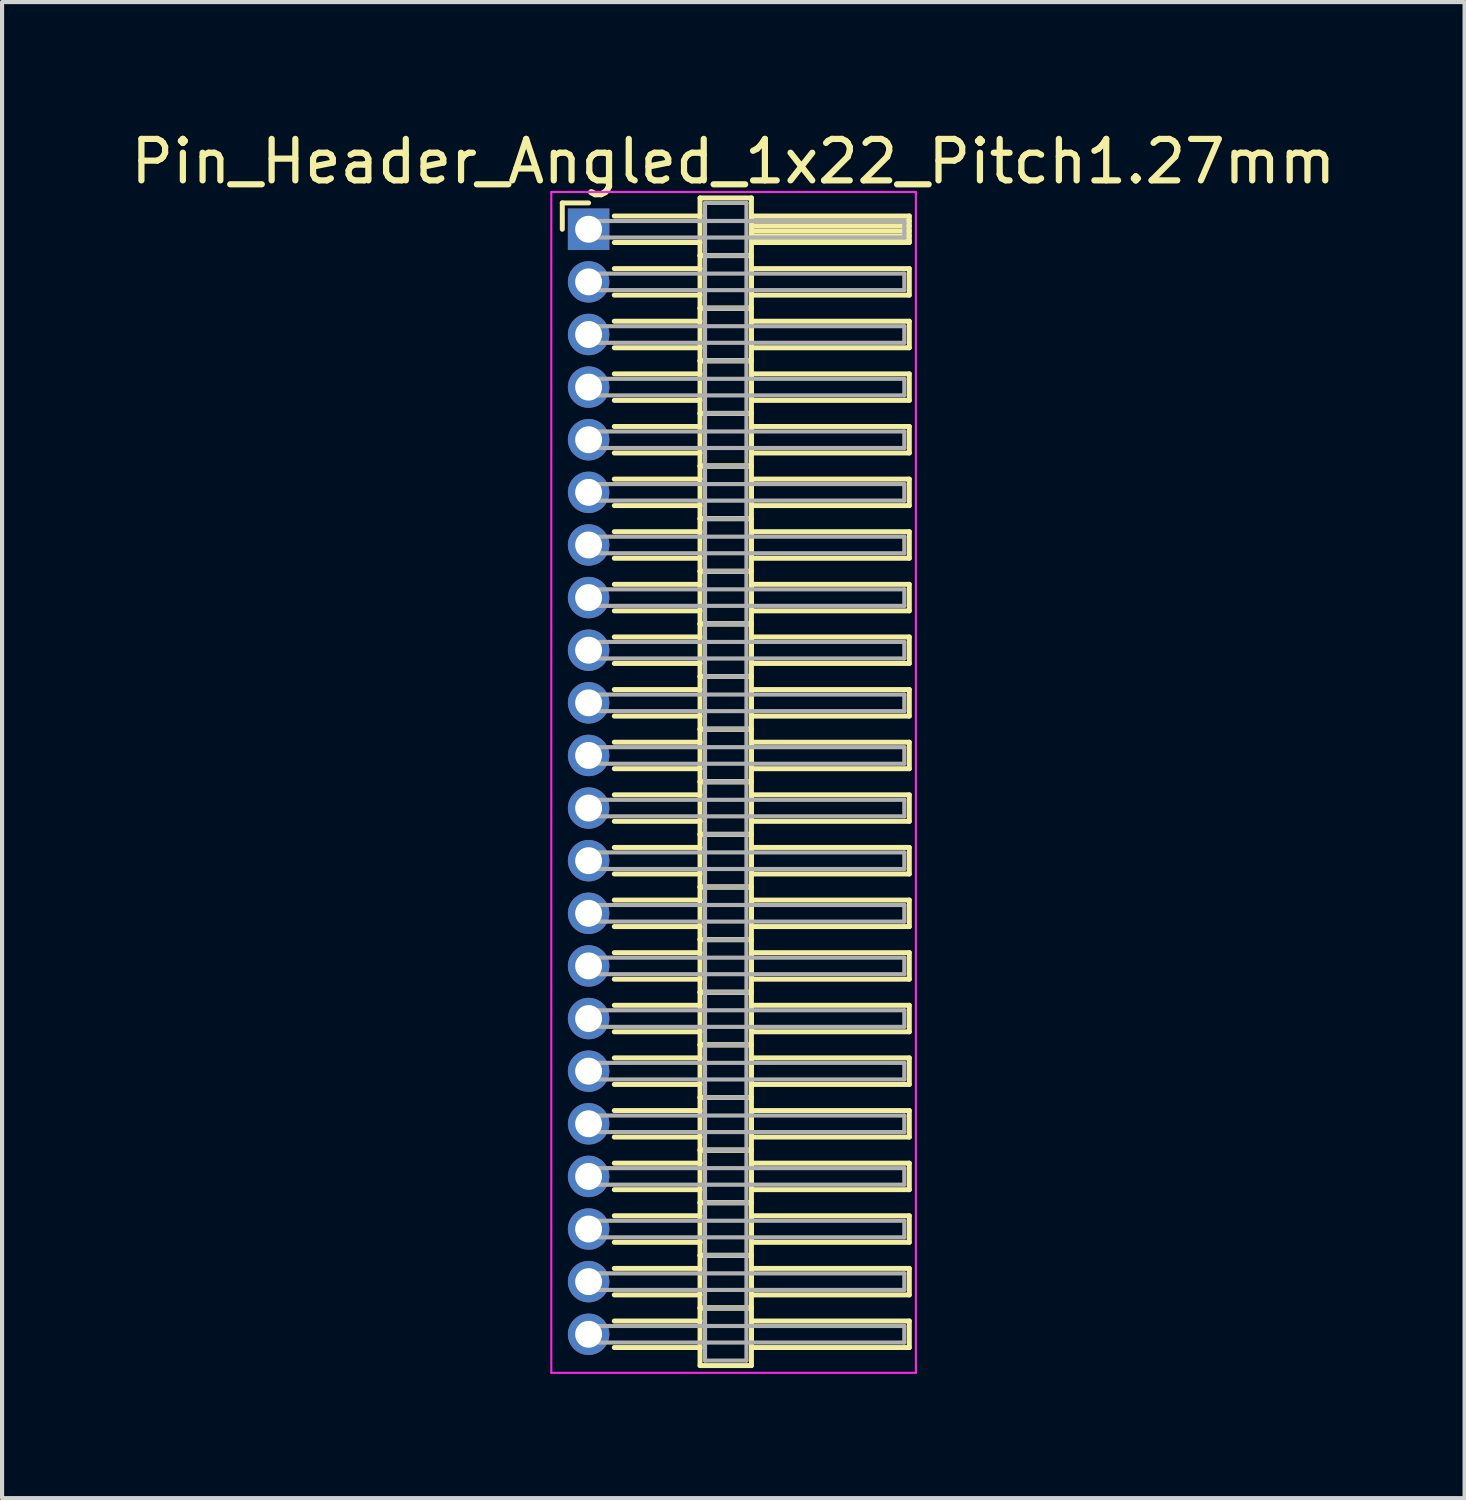
<source format=kicad_pcb>
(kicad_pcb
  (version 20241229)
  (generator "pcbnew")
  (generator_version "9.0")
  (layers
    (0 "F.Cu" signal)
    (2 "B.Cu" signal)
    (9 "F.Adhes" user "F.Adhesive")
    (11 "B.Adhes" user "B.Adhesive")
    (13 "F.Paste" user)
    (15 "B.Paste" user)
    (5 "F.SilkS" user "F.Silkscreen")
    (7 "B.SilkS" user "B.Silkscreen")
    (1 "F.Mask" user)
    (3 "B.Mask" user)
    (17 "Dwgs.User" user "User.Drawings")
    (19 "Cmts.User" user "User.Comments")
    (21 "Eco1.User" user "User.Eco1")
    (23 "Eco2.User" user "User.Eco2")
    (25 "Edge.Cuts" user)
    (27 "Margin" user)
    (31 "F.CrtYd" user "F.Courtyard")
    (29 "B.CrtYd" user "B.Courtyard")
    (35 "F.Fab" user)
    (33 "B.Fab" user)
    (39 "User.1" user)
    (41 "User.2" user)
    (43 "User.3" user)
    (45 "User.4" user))
  (footprint "Pin_Header_Angled_1x22_Pitch1.27mm"
    (layer "F.Cu")
    (at 11.156 2.483)
    (property "Reference" "Pin_Header_Angled_1x22_Pitch1.27mm" (at 3.493 -1.635 0) (layer "F.SilkS") (effects (font (size 1 1) (thickness 0.15))))
    (attr through_hole)
    (fp_line (start -0.635 -0.635) (end 0 -0.635) (stroke (width 0.12) (type solid)) (layer "F.SilkS"))
    (fp_line (start -0.635 0) (end -0.635 -0.635) (stroke (width 0.12) (type solid)) (layer "F.SilkS"))
    (fp_line (start 0.62 -0.32) (end 2.69 -0.32) (stroke (width 0.12) (type solid)) (layer "F.SilkS"))
    (fp_line (start 0.62 0.32) (end 2.69 0.32) (stroke (width 0.12) (type solid)) (layer "F.SilkS"))
    (fp_line (start 0.62 0.95) (end 2.69 0.95) (stroke (width 0.12) (type solid)) (layer "F.SilkS"))
    (fp_line (start 0.62 1.59) (end 2.69 1.59) (stroke (width 0.12) (type solid)) (layer "F.SilkS"))
    (fp_line (start 0.62 2.22) (end 2.69 2.22) (stroke (width 0.12) (type solid)) (layer "F.SilkS"))
    (fp_line (start 0.62 2.86) (end 2.69 2.86) (stroke (width 0.12) (type solid)) (layer "F.SilkS"))
    (fp_line (start 0.62 3.49) (end 2.69 3.49) (stroke (width 0.12) (type solid)) (layer "F.SilkS"))
    (fp_line (start 0.62 4.13) (end 2.69 4.13) (stroke (width 0.12) (type solid)) (layer "F.SilkS"))
    (fp_line (start 0.62 4.76) (end 2.69 4.76) (stroke (width 0.12) (type solid)) (layer "F.SilkS"))
    (fp_line (start 0.62 5.4) (end 2.69 5.4) (stroke (width 0.12) (type solid)) (layer "F.SilkS"))
    (fp_line (start 0.62 6.03) (end 2.69 6.03) (stroke (width 0.12) (type solid)) (layer "F.SilkS"))
    (fp_line (start 0.62 6.67) (end 2.69 6.67) (stroke (width 0.12) (type solid)) (layer "F.SilkS"))
    (fp_line (start 0.62 7.3) (end 2.69 7.3) (stroke (width 0.12) (type solid)) (layer "F.SilkS"))
    (fp_line (start 0.62 7.94) (end 2.69 7.94) (stroke (width 0.12) (type solid)) (layer "F.SilkS"))
    (fp_line (start 0.62 8.57) (end 2.69 8.57) (stroke (width 0.12) (type solid)) (layer "F.SilkS"))
    (fp_line (start 0.62 9.21) (end 2.69 9.21) (stroke (width 0.12) (type solid)) (layer "F.SilkS"))
    (fp_line (start 0.62 9.84) (end 2.69 9.84) (stroke (width 0.12) (type solid)) (layer "F.SilkS"))
    (fp_line (start 0.62 10.48) (end 2.69 10.48) (stroke (width 0.12) (type solid)) (layer "F.SilkS"))
    (fp_line (start 0.62 11.11) (end 2.69 11.11) (stroke (width 0.12) (type solid)) (layer "F.SilkS"))
    (fp_line (start 0.62 11.75) (end 2.69 11.75) (stroke (width 0.12) (type solid)) (layer "F.SilkS"))
    (fp_line (start 0.62 12.38) (end 2.69 12.38) (stroke (width 0.12) (type solid)) (layer "F.SilkS"))
    (fp_line (start 0.62 13.02) (end 2.69 13.02) (stroke (width 0.12) (type solid)) (layer "F.SilkS"))
    (fp_line (start 0.62 13.65) (end 2.69 13.65) (stroke (width 0.12) (type solid)) (layer "F.SilkS"))
    (fp_line (start 0.62 14.29) (end 2.69 14.29) (stroke (width 0.12) (type solid)) (layer "F.SilkS"))
    (fp_line (start 0.62 14.92) (end 2.69 14.92) (stroke (width 0.12) (type solid)) (layer "F.SilkS"))
    (fp_line (start 0.62 15.56) (end 2.69 15.56) (stroke (width 0.12) (type solid)) (layer "F.SilkS"))
    (fp_line (start 0.62 16.19) (end 2.69 16.19) (stroke (width 0.12) (type solid)) (layer "F.SilkS"))
    (fp_line (start 0.62 16.83) (end 2.69 16.83) (stroke (width 0.12) (type solid)) (layer "F.SilkS"))
    (fp_line (start 0.62 17.46) (end 2.69 17.46) (stroke (width 0.12) (type solid)) (layer "F.SilkS"))
    (fp_line (start 0.62 18.1) (end 2.69 18.1) (stroke (width 0.12) (type solid)) (layer "F.SilkS"))
    (fp_line (start 0.62 18.73) (end 2.69 18.73) (stroke (width 0.12) (type solid)) (layer "F.SilkS"))
    (fp_line (start 0.62 19.37) (end 2.69 19.37) (stroke (width 0.12) (type solid)) (layer "F.SilkS"))
    (fp_line (start 0.62 20) (end 2.69 20) (stroke (width 0.12) (type solid)) (layer "F.SilkS"))
    (fp_line (start 0.62 20.64) (end 2.69 20.64) (stroke (width 0.12) (type solid)) (layer "F.SilkS"))
    (fp_line (start 0.62 21.27) (end 2.69 21.27) (stroke (width 0.12) (type solid)) (layer "F.SilkS"))
    (fp_line (start 0.62 21.91) (end 2.69 21.91) (stroke (width 0.12) (type solid)) (layer "F.SilkS"))
    (fp_line (start 0.62 22.54) (end 2.69 22.54) (stroke (width 0.12) (type solid)) (layer "F.SilkS"))
    (fp_line (start 0.62 23.18) (end 2.69 23.18) (stroke (width 0.12) (type solid)) (layer "F.SilkS"))
    (fp_line (start 0.62 23.81) (end 2.69 23.81) (stroke (width 0.12) (type solid)) (layer "F.SilkS"))
    (fp_line (start 0.62 24.45) (end 2.69 24.45) (stroke (width 0.12) (type solid)) (layer "F.SilkS"))
    (fp_line (start 0.62 25.08) (end 2.69 25.08) (stroke (width 0.12) (type solid)) (layer "F.SilkS"))
    (fp_line (start 0.62 25.72) (end 2.69 25.72) (stroke (width 0.12) (type solid)) (layer "F.SilkS"))
    (fp_line (start 0.62 26.35) (end 2.69 26.35) (stroke (width 0.12) (type solid)) (layer "F.SilkS"))
    (fp_line (start 0.62 26.99) (end 2.69 26.99) (stroke (width 0.12) (type solid)) (layer "F.SilkS"))
    (fp_line (start 2.69 -0.755) (end 2.69 0.635) (stroke (width 0.12) (type solid)) (layer "F.SilkS"))
    (fp_line (start 2.69 0.635) (end 2.69 1.905) (stroke (width 0.12) (type solid)) (layer "F.SilkS"))
    (fp_line (start 2.69 0.635) (end 3.93 0.635) (stroke (width 0.12) (type solid)) (layer "F.SilkS"))
    (fp_line (start 2.69 1.905) (end 2.69 3.175) (stroke (width 0.12) (type solid)) (layer "F.SilkS"))
    (fp_line (start 2.69 1.905) (end 3.93 1.905) (stroke (width 0.12) (type solid)) (layer "F.SilkS"))
    (fp_line (start 2.69 3.175) (end 2.69 4.445) (stroke (width 0.12) (type solid)) (layer "F.SilkS"))
    (fp_line (start 2.69 3.175) (end 3.93 3.175) (stroke (width 0.12) (type solid)) (layer "F.SilkS"))
    (fp_line (start 2.69 4.445) (end 2.69 5.715) (stroke (width 0.12) (type solid)) (layer "F.SilkS"))
    (fp_line (start 2.69 4.445) (end 3.93 4.445) (stroke (width 0.12) (type solid)) (layer "F.SilkS"))
    (fp_line (start 2.69 5.715) (end 2.69 6.985) (stroke (width 0.12) (type solid)) (layer "F.SilkS"))
    (fp_line (start 2.69 5.715) (end 3.93 5.715) (stroke (width 0.12) (type solid)) (layer "F.SilkS"))
    (fp_line (start 2.69 6.985) (end 2.69 8.255) (stroke (width 0.12) (type solid)) (layer "F.SilkS"))
    (fp_line (start 2.69 6.985) (end 3.93 6.985) (stroke (width 0.12) (type solid)) (layer "F.SilkS"))
    (fp_line (start 2.69 8.255) (end 2.69 9.525) (stroke (width 0.12) (type solid)) (layer "F.SilkS"))
    (fp_line (start 2.69 8.255) (end 3.93 8.255) (stroke (width 0.12) (type solid)) (layer "F.SilkS"))
    (fp_line (start 2.69 9.525) (end 2.69 10.795) (stroke (width 0.12) (type solid)) (layer "F.SilkS"))
    (fp_line (start 2.69 9.525) (end 3.93 9.525) (stroke (width 0.12) (type solid)) (layer "F.SilkS"))
    (fp_line (start 2.69 10.795) (end 2.69 12.065) (stroke (width 0.12) (type solid)) (layer "F.SilkS"))
    (fp_line (start 2.69 10.795) (end 3.93 10.795) (stroke (width 0.12) (type solid)) (layer "F.SilkS"))
    (fp_line (start 2.69 12.065) (end 2.69 13.335) (stroke (width 0.12) (type solid)) (layer "F.SilkS"))
    (fp_line (start 2.69 12.065) (end 3.93 12.065) (stroke (width 0.12) (type solid)) (layer "F.SilkS"))
    (fp_line (start 2.69 13.335) (end 2.69 14.605) (stroke (width 0.12) (type solid)) (layer "F.SilkS"))
    (fp_line (start 2.69 13.335) (end 3.93 13.335) (stroke (width 0.12) (type solid)) (layer "F.SilkS"))
    (fp_line (start 2.69 14.605) (end 2.69 15.875) (stroke (width 0.12) (type solid)) (layer "F.SilkS"))
    (fp_line (start 2.69 14.605) (end 3.93 14.605) (stroke (width 0.12) (type solid)) (layer "F.SilkS"))
    (fp_line (start 2.69 15.875) (end 2.69 17.145) (stroke (width 0.12) (type solid)) (layer "F.SilkS"))
    (fp_line (start 2.69 15.875) (end 3.93 15.875) (stroke (width 0.12) (type solid)) (layer "F.SilkS"))
    (fp_line (start 2.69 17.145) (end 2.69 18.415) (stroke (width 0.12) (type solid)) (layer "F.SilkS"))
    (fp_line (start 2.69 17.145) (end 3.93 17.145) (stroke (width 0.12) (type solid)) (layer "F.SilkS"))
    (fp_line (start 2.69 18.415) (end 2.69 19.685) (stroke (width 0.12) (type solid)) (layer "F.SilkS"))
    (fp_line (start 2.69 18.415) (end 3.93 18.415) (stroke (width 0.12) (type solid)) (layer "F.SilkS"))
    (fp_line (start 2.69 19.685) (end 2.69 20.955) (stroke (width 0.12) (type solid)) (layer "F.SilkS"))
    (fp_line (start 2.69 19.685) (end 3.93 19.685) (stroke (width 0.12) (type solid)) (layer "F.SilkS"))
    (fp_line (start 2.69 20.955) (end 2.69 22.225) (stroke (width 0.12) (type solid)) (layer "F.SilkS"))
    (fp_line (start 2.69 20.955) (end 3.93 20.955) (stroke (width 0.12) (type solid)) (layer "F.SilkS"))
    (fp_line (start 2.69 22.225) (end 2.69 23.495) (stroke (width 0.12) (type solid)) (layer "F.SilkS"))
    (fp_line (start 2.69 22.225) (end 3.93 22.225) (stroke (width 0.12) (type solid)) (layer "F.SilkS"))
    (fp_line (start 2.69 23.495) (end 2.69 24.765) (stroke (width 0.12) (type solid)) (layer "F.SilkS"))
    (fp_line (start 2.69 23.495) (end 3.93 23.495) (stroke (width 0.12) (type solid)) (layer "F.SilkS"))
    (fp_line (start 2.69 24.765) (end 2.69 26.035) (stroke (width 0.12) (type solid)) (layer "F.SilkS"))
    (fp_line (start 2.69 24.765) (end 3.93 24.765) (stroke (width 0.12) (type solid)) (layer "F.SilkS"))
    (fp_line (start 2.69 26.035) (end 2.69 27.425) (stroke (width 0.12) (type solid)) (layer "F.SilkS"))
    (fp_line (start 2.69 26.035) (end 3.93 26.035) (stroke (width 0.12) (type solid)) (layer "F.SilkS"))
    (fp_line (start 2.69 27.425) (end 3.93 27.425) (stroke (width 0.12) (type solid)) (layer "F.SilkS"))
    (fp_line (start 3.93 -0.755) (end 2.69 -0.755) (stroke (width 0.12) (type solid)) (layer "F.SilkS"))
    (fp_line (start 3.93 -0.32) (end 3.93 0.32) (stroke (width 0.12) (type solid)) (layer "F.SilkS"))
    (fp_line (start 3.93 -0.2) (end 7.74 -0.2) (stroke (width 0.12) (type solid)) (layer "F.SilkS"))
    (fp_line (start 3.93 -0.08) (end 7.74 -0.08) (stroke (width 0.12) (type solid)) (layer "F.SilkS"))
    (fp_line (start 3.93 0.04) (end 7.74 0.04) (stroke (width 0.12) (type solid)) (layer "F.SilkS"))
    (fp_line (start 3.93 0.16) (end 7.74 0.16) (stroke (width 0.12) (type solid)) (layer "F.SilkS"))
    (fp_line (start 3.93 0.28) (end 7.74 0.28) (stroke (width 0.12) (type solid)) (layer "F.SilkS"))
    (fp_line (start 3.93 0.32) (end 7.74 0.32) (stroke (width 0.12) (type solid)) (layer "F.SilkS"))
    (fp_line (start 3.93 0.635) (end 2.69 0.635) (stroke (width 0.12) (type solid)) (layer "F.SilkS"))
    (fp_line (start 3.93 0.635) (end 3.93 -0.755) (stroke (width 0.12) (type solid)) (layer "F.SilkS"))
    (fp_line (start 3.93 0.95) (end 3.93 1.59) (stroke (width 0.12) (type solid)) (layer "F.SilkS"))
    (fp_line (start 3.93 1.59) (end 7.74 1.59) (stroke (width 0.12) (type solid)) (layer "F.SilkS"))
    (fp_line (start 3.93 1.905) (end 2.69 1.905) (stroke (width 0.12) (type solid)) (layer "F.SilkS"))
    (fp_line (start 3.93 1.905) (end 3.93 0.635) (stroke (width 0.12) (type solid)) (layer "F.SilkS"))
    (fp_line (start 3.93 2.22) (end 3.93 2.86) (stroke (width 0.12) (type solid)) (layer "F.SilkS"))
    (fp_line (start 3.93 2.86) (end 7.74 2.86) (stroke (width 0.12) (type solid)) (layer "F.SilkS"))
    (fp_line (start 3.93 3.175) (end 2.69 3.175) (stroke (width 0.12) (type solid)) (layer "F.SilkS"))
    (fp_line (start 3.93 3.175) (end 3.93 1.905) (stroke (width 0.12) (type solid)) (layer "F.SilkS"))
    (fp_line (start 3.93 3.49) (end 3.93 4.13) (stroke (width 0.12) (type solid)) (layer "F.SilkS"))
    (fp_line (start 3.93 4.13) (end 7.74 4.13) (stroke (width 0.12) (type solid)) (layer "F.SilkS"))
    (fp_line (start 3.93 4.445) (end 2.69 4.445) (stroke (width 0.12) (type solid)) (layer "F.SilkS"))
    (fp_line (start 3.93 4.445) (end 3.93 3.175) (stroke (width 0.12) (type solid)) (layer "F.SilkS"))
    (fp_line (start 3.93 4.76) (end 3.93 5.4) (stroke (width 0.12) (type solid)) (layer "F.SilkS"))
    (fp_line (start 3.93 5.4) (end 7.74 5.4) (stroke (width 0.12) (type solid)) (layer "F.SilkS"))
    (fp_line (start 3.93 5.715) (end 2.69 5.715) (stroke (width 0.12) (type solid)) (layer "F.SilkS"))
    (fp_line (start 3.93 5.715) (end 3.93 4.445) (stroke (width 0.12) (type solid)) (layer "F.SilkS"))
    (fp_line (start 3.93 6.03) (end 3.93 6.67) (stroke (width 0.12) (type solid)) (layer "F.SilkS"))
    (fp_line (start 3.93 6.67) (end 7.74 6.67) (stroke (width 0.12) (type solid)) (layer "F.SilkS"))
    (fp_line (start 3.93 6.985) (end 2.69 6.985) (stroke (width 0.12) (type solid)) (layer "F.SilkS"))
    (fp_line (start 3.93 6.985) (end 3.93 5.715) (stroke (width 0.12) (type solid)) (layer "F.SilkS"))
    (fp_line (start 3.93 7.3) (end 3.93 7.94) (stroke (width 0.12) (type solid)) (layer "F.SilkS"))
    (fp_line (start 3.93 7.94) (end 7.74 7.94) (stroke (width 0.12) (type solid)) (layer "F.SilkS"))
    (fp_line (start 3.93 8.255) (end 2.69 8.255) (stroke (width 0.12) (type solid)) (layer "F.SilkS"))
    (fp_line (start 3.93 8.255) (end 3.93 6.985) (stroke (width 0.12) (type solid)) (layer "F.SilkS"))
    (fp_line (start 3.93 8.57) (end 3.93 9.21) (stroke (width 0.12) (type solid)) (layer "F.SilkS"))
    (fp_line (start 3.93 9.21) (end 7.74 9.21) (stroke (width 0.12) (type solid)) (layer "F.SilkS"))
    (fp_line (start 3.93 9.525) (end 2.69 9.525) (stroke (width 0.12) (type solid)) (layer "F.SilkS"))
    (fp_line (start 3.93 9.525) (end 3.93 8.255) (stroke (width 0.12) (type solid)) (layer "F.SilkS"))
    (fp_line (start 3.93 9.84) (end 3.93 10.48) (stroke (width 0.12) (type solid)) (layer "F.SilkS"))
    (fp_line (start 3.93 10.48) (end 7.74 10.48) (stroke (width 0.12) (type solid)) (layer "F.SilkS"))
    (fp_line (start 3.93 10.795) (end 2.69 10.795) (stroke (width 0.12) (type solid)) (layer "F.SilkS"))
    (fp_line (start 3.93 10.795) (end 3.93 9.525) (stroke (width 0.12) (type solid)) (layer "F.SilkS"))
    (fp_line (start 3.93 11.11) (end 3.93 11.75) (stroke (width 0.12) (type solid)) (layer "F.SilkS"))
    (fp_line (start 3.93 11.75) (end 7.74 11.75) (stroke (width 0.12) (type solid)) (layer "F.SilkS"))
    (fp_line (start 3.93 12.065) (end 2.69 12.065) (stroke (width 0.12) (type solid)) (layer "F.SilkS"))
    (fp_line (start 3.93 12.065) (end 3.93 10.795) (stroke (width 0.12) (type solid)) (layer "F.SilkS"))
    (fp_line (start 3.93 12.38) (end 3.93 13.02) (stroke (width 0.12) (type solid)) (layer "F.SilkS"))
    (fp_line (start 3.93 13.02) (end 7.74 13.02) (stroke (width 0.12) (type solid)) (layer "F.SilkS"))
    (fp_line (start 3.93 13.335) (end 2.69 13.335) (stroke (width 0.12) (type solid)) (layer "F.SilkS"))
    (fp_line (start 3.93 13.335) (end 3.93 12.065) (stroke (width 0.12) (type solid)) (layer "F.SilkS"))
    (fp_line (start 3.93 13.65) (end 3.93 14.29) (stroke (width 0.12) (type solid)) (layer "F.SilkS"))
    (fp_line (start 3.93 14.29) (end 7.74 14.29) (stroke (width 0.12) (type solid)) (layer "F.SilkS"))
    (fp_line (start 3.93 14.605) (end 2.69 14.605) (stroke (width 0.12) (type solid)) (layer "F.SilkS"))
    (fp_line (start 3.93 14.605) (end 3.93 13.335) (stroke (width 0.12) (type solid)) (layer "F.SilkS"))
    (fp_line (start 3.93 14.92) (end 3.93 15.56) (stroke (width 0.12) (type solid)) (layer "F.SilkS"))
    (fp_line (start 3.93 15.56) (end 7.74 15.56) (stroke (width 0.12) (type solid)) (layer "F.SilkS"))
    (fp_line (start 3.93 15.875) (end 2.69 15.875) (stroke (width 0.12) (type solid)) (layer "F.SilkS"))
    (fp_line (start 3.93 15.875) (end 3.93 14.605) (stroke (width 0.12) (type solid)) (layer "F.SilkS"))
    (fp_line (start 3.93 16.19) (end 3.93 16.83) (stroke (width 0.12) (type solid)) (layer "F.SilkS"))
    (fp_line (start 3.93 16.83) (end 7.74 16.83) (stroke (width 0.12) (type solid)) (layer "F.SilkS"))
    (fp_line (start 3.93 17.145) (end 2.69 17.145) (stroke (width 0.12) (type solid)) (layer "F.SilkS"))
    (fp_line (start 3.93 17.145) (end 3.93 15.875) (stroke (width 0.12) (type solid)) (layer "F.SilkS"))
    (fp_line (start 3.93 17.46) (end 3.93 18.1) (stroke (width 0.12) (type solid)) (layer "F.SilkS"))
    (fp_line (start 3.93 18.1) (end 7.74 18.1) (stroke (width 0.12) (type solid)) (layer "F.SilkS"))
    (fp_line (start 3.93 18.415) (end 2.69 18.415) (stroke (width 0.12) (type solid)) (layer "F.SilkS"))
    (fp_line (start 3.93 18.415) (end 3.93 17.145) (stroke (width 0.12) (type solid)) (layer "F.SilkS"))
    (fp_line (start 3.93 18.73) (end 3.93 19.37) (stroke (width 0.12) (type solid)) (layer "F.SilkS"))
    (fp_line (start 3.93 19.37) (end 7.74 19.37) (stroke (width 0.12) (type solid)) (layer "F.SilkS"))
    (fp_line (start 3.93 19.685) (end 2.69 19.685) (stroke (width 0.12) (type solid)) (layer "F.SilkS"))
    (fp_line (start 3.93 19.685) (end 3.93 18.415) (stroke (width 0.12) (type solid)) (layer "F.SilkS"))
    (fp_line (start 3.93 20) (end 3.93 20.64) (stroke (width 0.12) (type solid)) (layer "F.SilkS"))
    (fp_line (start 3.93 20.64) (end 7.74 20.64) (stroke (width 0.12) (type solid)) (layer "F.SilkS"))
    (fp_line (start 3.93 20.955) (end 2.69 20.955) (stroke (width 0.12) (type solid)) (layer "F.SilkS"))
    (fp_line (start 3.93 20.955) (end 3.93 19.685) (stroke (width 0.12) (type solid)) (layer "F.SilkS"))
    (fp_line (start 3.93 21.27) (end 3.93 21.91) (stroke (width 0.12) (type solid)) (layer "F.SilkS"))
    (fp_line (start 3.93 21.91) (end 7.74 21.91) (stroke (width 0.12) (type solid)) (layer "F.SilkS"))
    (fp_line (start 3.93 22.225) (end 2.69 22.225) (stroke (width 0.12) (type solid)) (layer "F.SilkS"))
    (fp_line (start 3.93 22.225) (end 3.93 20.955) (stroke (width 0.12) (type solid)) (layer "F.SilkS"))
    (fp_line (start 3.93 22.54) (end 3.93 23.18) (stroke (width 0.12) (type solid)) (layer "F.SilkS"))
    (fp_line (start 3.93 23.18) (end 7.74 23.18) (stroke (width 0.12) (type solid)) (layer "F.SilkS"))
    (fp_line (start 3.93 23.495) (end 2.69 23.495) (stroke (width 0.12) (type solid)) (layer "F.SilkS"))
    (fp_line (start 3.93 23.495) (end 3.93 22.225) (stroke (width 0.12) (type solid)) (layer "F.SilkS"))
    (fp_line (start 3.93 23.81) (end 3.93 24.45) (stroke (width 0.12) (type solid)) (layer "F.SilkS"))
    (fp_line (start 3.93 24.45) (end 7.74 24.45) (stroke (width 0.12) (type solid)) (layer "F.SilkS"))
    (fp_line (start 3.93 24.765) (end 2.69 24.765) (stroke (width 0.12) (type solid)) (layer "F.SilkS"))
    (fp_line (start 3.93 24.765) (end 3.93 23.495) (stroke (width 0.12) (type solid)) (layer "F.SilkS"))
    (fp_line (start 3.93 25.08) (end 3.93 25.72) (stroke (width 0.12) (type solid)) (layer "F.SilkS"))
    (fp_line (start 3.93 25.72) (end 7.74 25.72) (stroke (width 0.12) (type solid)) (layer "F.SilkS"))
    (fp_line (start 3.93 26.035) (end 2.69 26.035) (stroke (width 0.12) (type solid)) (layer "F.SilkS"))
    (fp_line (start 3.93 26.035) (end 3.93 24.765) (stroke (width 0.12) (type solid)) (layer "F.SilkS"))
    (fp_line (start 3.93 26.35) (end 3.93 26.99) (stroke (width 0.12) (type solid)) (layer "F.SilkS"))
    (fp_line (start 3.93 26.99) (end 7.74 26.99) (stroke (width 0.12) (type solid)) (layer "F.SilkS"))
    (fp_line (start 3.93 27.425) (end 3.93 26.035) (stroke (width 0.12) (type solid)) (layer "F.SilkS"))
    (fp_line (start 7.74 -0.32) (end 3.93 -0.32) (stroke (width 0.12) (type solid)) (layer "F.SilkS"))
    (fp_line (start 7.74 0.32) (end 7.74 -0.32) (stroke (width 0.12) (type solid)) (layer "F.SilkS"))
    (fp_line (start 7.74 0.95) (end 3.93 0.95) (stroke (width 0.12) (type solid)) (layer "F.SilkS"))
    (fp_line (start 7.74 1.59) (end 7.74 0.95) (stroke (width 0.12) (type solid)) (layer "F.SilkS"))
    (fp_line (start 7.74 2.22) (end 3.93 2.22) (stroke (width 0.12) (type solid)) (layer "F.SilkS"))
    (fp_line (start 7.74 2.86) (end 7.74 2.22) (stroke (width 0.12) (type solid)) (layer "F.SilkS"))
    (fp_line (start 7.74 3.49) (end 3.93 3.49) (stroke (width 0.12) (type solid)) (layer "F.SilkS"))
    (fp_line (start 7.74 4.13) (end 7.74 3.49) (stroke (width 0.12) (type solid)) (layer "F.SilkS"))
    (fp_line (start 7.74 4.76) (end 3.93 4.76) (stroke (width 0.12) (type solid)) (layer "F.SilkS"))
    (fp_line (start 7.74 5.4) (end 7.74 4.76) (stroke (width 0.12) (type solid)) (layer "F.SilkS"))
    (fp_line (start 7.74 6.03) (end 3.93 6.03) (stroke (width 0.12) (type solid)) (layer "F.SilkS"))
    (fp_line (start 7.74 6.67) (end 7.74 6.03) (stroke (width 0.12) (type solid)) (layer "F.SilkS"))
    (fp_line (start 7.74 7.3) (end 3.93 7.3) (stroke (width 0.12) (type solid)) (layer "F.SilkS"))
    (fp_line (start 7.74 7.94) (end 7.74 7.3) (stroke (width 0.12) (type solid)) (layer "F.SilkS"))
    (fp_line (start 7.74 8.57) (end 3.93 8.57) (stroke (width 0.12) (type solid)) (layer "F.SilkS"))
    (fp_line (start 7.74 9.21) (end 7.74 8.57) (stroke (width 0.12) (type solid)) (layer "F.SilkS"))
    (fp_line (start 7.74 9.84) (end 3.93 9.84) (stroke (width 0.12) (type solid)) (layer "F.SilkS"))
    (fp_line (start 7.74 10.48) (end 7.74 9.84) (stroke (width 0.12) (type solid)) (layer "F.SilkS"))
    (fp_line (start 7.74 11.11) (end 3.93 11.11) (stroke (width 0.12) (type solid)) (layer "F.SilkS"))
    (fp_line (start 7.74 11.75) (end 7.74 11.11) (stroke (width 0.12) (type solid)) (layer "F.SilkS"))
    (fp_line (start 7.74 12.38) (end 3.93 12.38) (stroke (width 0.12) (type solid)) (layer "F.SilkS"))
    (fp_line (start 7.74 13.02) (end 7.74 12.38) (stroke (width 0.12) (type solid)) (layer "F.SilkS"))
    (fp_line (start 7.74 13.65) (end 3.93 13.65) (stroke (width 0.12) (type solid)) (layer "F.SilkS"))
    (fp_line (start 7.74 14.29) (end 7.74 13.65) (stroke (width 0.12) (type solid)) (layer "F.SilkS"))
    (fp_line (start 7.74 14.92) (end 3.93 14.92) (stroke (width 0.12) (type solid)) (layer "F.SilkS"))
    (fp_line (start 7.74 15.56) (end 7.74 14.92) (stroke (width 0.12) (type solid)) (layer "F.SilkS"))
    (fp_line (start 7.74 16.19) (end 3.93 16.19) (stroke (width 0.12) (type solid)) (layer "F.SilkS"))
    (fp_line (start 7.74 16.83) (end 7.74 16.19) (stroke (width 0.12) (type solid)) (layer "F.SilkS"))
    (fp_line (start 7.74 17.46) (end 3.93 17.46) (stroke (width 0.12) (type solid)) (layer "F.SilkS"))
    (fp_line (start 7.74 18.1) (end 7.74 17.46) (stroke (width 0.12) (type solid)) (layer "F.SilkS"))
    (fp_line (start 7.74 18.73) (end 3.93 18.73) (stroke (width 0.12) (type solid)) (layer "F.SilkS"))
    (fp_line (start 7.74 19.37) (end 7.74 18.73) (stroke (width 0.12) (type solid)) (layer "F.SilkS"))
    (fp_line (start 7.74 20) (end 3.93 20) (stroke (width 0.12) (type solid)) (layer "F.SilkS"))
    (fp_line (start 7.74 20.64) (end 7.74 20) (stroke (width 0.12) (type solid)) (layer "F.SilkS"))
    (fp_line (start 7.74 21.27) (end 3.93 21.27) (stroke (width 0.12) (type solid)) (layer "F.SilkS"))
    (fp_line (start 7.74 21.91) (end 7.74 21.27) (stroke (width 0.12) (type solid)) (layer "F.SilkS"))
    (fp_line (start 7.74 22.54) (end 3.93 22.54) (stroke (width 0.12) (type solid)) (layer "F.SilkS"))
    (fp_line (start 7.74 23.18) (end 7.74 22.54) (stroke (width 0.12) (type solid)) (layer "F.SilkS"))
    (fp_line (start 7.74 23.81) (end 3.93 23.81) (stroke (width 0.12) (type solid)) (layer "F.SilkS"))
    (fp_line (start 7.74 24.45) (end 7.74 23.81) (stroke (width 0.12) (type solid)) (layer "F.SilkS"))
    (fp_line (start 7.74 25.08) (end 3.93 25.08) (stroke (width 0.12) (type solid)) (layer "F.SilkS"))
    (fp_line (start 7.74 25.72) (end 7.74 25.08) (stroke (width 0.12) (type solid)) (layer "F.SilkS"))
    (fp_line (start 7.74 26.35) (end 3.93 26.35) (stroke (width 0.12) (type solid)) (layer "F.SilkS"))
    (fp_line (start 7.74 26.99) (end 7.74 26.35) (stroke (width 0.12) (type solid)) (layer "F.SilkS"))
    (fp_line (start -0.9 -0.9) (end -0.9 27.6) (stroke (width 0.05) (type solid)) (layer "F.CrtYd"))
    (fp_line (start -0.9 27.6) (end 7.9 27.6) (stroke (width 0.05) (type solid)) (layer "F.CrtYd"))
    (fp_line (start 7.9 -0.9) (end -0.9 -0.9) (stroke (width 0.05) (type solid)) (layer "F.CrtYd"))
    (fp_line (start 7.9 27.6) (end 7.9 -0.9) (stroke (width 0.05) (type solid)) (layer "F.CrtYd"))
    (fp_line (start 0 -0.2) (end 0 0.2) (stroke (width 0.1) (type solid)) (layer "F.Fab"))
    (fp_line (start 0 0.2) (end 7.62 0.2) (stroke (width 0.1) (type solid)) (layer "F.Fab"))
    (fp_line (start 0 1.07) (end 0 1.47) (stroke (width 0.1) (type solid)) (layer "F.Fab"))
    (fp_line (start 0 1.47) (end 7.62 1.47) (stroke (width 0.1) (type solid)) (layer "F.Fab"))
    (fp_line (start 0 2.34) (end 0 2.74) (stroke (width 0.1) (type solid)) (layer "F.Fab"))
    (fp_line (start 0 2.74) (end 7.62 2.74) (stroke (width 0.1) (type solid)) (layer "F.Fab"))
    (fp_line (start 0 3.61) (end 0 4.01) (stroke (width 0.1) (type solid)) (layer "F.Fab"))
    (fp_line (start 0 4.01) (end 7.62 4.01) (stroke (width 0.1) (type solid)) (layer "F.Fab"))
    (fp_line (start 0 4.88) (end 0 5.28) (stroke (width 0.1) (type solid)) (layer "F.Fab"))
    (fp_line (start 0 5.28) (end 7.62 5.28) (stroke (width 0.1) (type solid)) (layer "F.Fab"))
    (fp_line (start 0 6.15) (end 0 6.55) (stroke (width 0.1) (type solid)) (layer "F.Fab"))
    (fp_line (start 0 6.55) (end 7.62 6.55) (stroke (width 0.1) (type solid)) (layer "F.Fab"))
    (fp_line (start 0 7.42) (end 0 7.82) (stroke (width 0.1) (type solid)) (layer "F.Fab"))
    (fp_line (start 0 7.82) (end 7.62 7.82) (stroke (width 0.1) (type solid)) (layer "F.Fab"))
    (fp_line (start 0 8.69) (end 0 9.09) (stroke (width 0.1) (type solid)) (layer "F.Fab"))
    (fp_line (start 0 9.09) (end 7.62 9.09) (stroke (width 0.1) (type solid)) (layer "F.Fab"))
    (fp_line (start 0 9.96) (end 0 10.36) (stroke (width 0.1) (type solid)) (layer "F.Fab"))
    (fp_line (start 0 10.36) (end 7.62 10.36) (stroke (width 0.1) (type solid)) (layer "F.Fab"))
    (fp_line (start 0 11.23) (end 0 11.63) (stroke (width 0.1) (type solid)) (layer "F.Fab"))
    (fp_line (start 0 11.63) (end 7.62 11.63) (stroke (width 0.1) (type solid)) (layer "F.Fab"))
    (fp_line (start 0 12.5) (end 0 12.9) (stroke (width 0.1) (type solid)) (layer "F.Fab"))
    (fp_line (start 0 12.9) (end 7.62 12.9) (stroke (width 0.1) (type solid)) (layer "F.Fab"))
    (fp_line (start 0 13.77) (end 0 14.17) (stroke (width 0.1) (type solid)) (layer "F.Fab"))
    (fp_line (start 0 14.17) (end 7.62 14.17) (stroke (width 0.1) (type solid)) (layer "F.Fab"))
    (fp_line (start 0 15.04) (end 0 15.44) (stroke (width 0.1) (type solid)) (layer "F.Fab"))
    (fp_line (start 0 15.44) (end 7.62 15.44) (stroke (width 0.1) (type solid)) (layer "F.Fab"))
    (fp_line (start 0 16.31) (end 0 16.71) (stroke (width 0.1) (type solid)) (layer "F.Fab"))
    (fp_line (start 0 16.71) (end 7.62 16.71) (stroke (width 0.1) (type solid)) (layer "F.Fab"))
    (fp_line (start 0 17.58) (end 0 17.98) (stroke (width 0.1) (type solid)) (layer "F.Fab"))
    (fp_line (start 0 17.98) (end 7.62 17.98) (stroke (width 0.1) (type solid)) (layer "F.Fab"))
    (fp_line (start 0 18.85) (end 0 19.25) (stroke (width 0.1) (type solid)) (layer "F.Fab"))
    (fp_line (start 0 19.25) (end 7.62 19.25) (stroke (width 0.1) (type solid)) (layer "F.Fab"))
    (fp_line (start 0 20.12) (end 0 20.52) (stroke (width 0.1) (type solid)) (layer "F.Fab"))
    (fp_line (start 0 20.52) (end 7.62 20.52) (stroke (width 0.1) (type solid)) (layer "F.Fab"))
    (fp_line (start 0 21.39) (end 0 21.79) (stroke (width 0.1) (type solid)) (layer "F.Fab"))
    (fp_line (start 0 21.79) (end 7.62 21.79) (stroke (width 0.1) (type solid)) (layer "F.Fab"))
    (fp_line (start 0 22.66) (end 0 23.06) (stroke (width 0.1) (type solid)) (layer "F.Fab"))
    (fp_line (start 0 23.06) (end 7.62 23.06) (stroke (width 0.1) (type solid)) (layer "F.Fab"))
    (fp_line (start 0 23.93) (end 0 24.33) (stroke (width 0.1) (type solid)) (layer "F.Fab"))
    (fp_line (start 0 24.33) (end 7.62 24.33) (stroke (width 0.1) (type solid)) (layer "F.Fab"))
    (fp_line (start 0 25.2) (end 0 25.6) (stroke (width 0.1) (type solid)) (layer "F.Fab"))
    (fp_line (start 0 25.6) (end 7.62 25.6) (stroke (width 0.1) (type solid)) (layer "F.Fab"))
    (fp_line (start 0 26.47) (end 0 26.87) (stroke (width 0.1) (type solid)) (layer "F.Fab"))
    (fp_line (start 0 26.87) (end 7.62 26.87) (stroke (width 0.1) (type solid)) (layer "F.Fab"))
    (fp_line (start 2.81 -0.635) (end 2.81 0.635) (stroke (width 0.1) (type solid)) (layer "F.Fab"))
    (fp_line (start 2.81 0.635) (end 2.81 1.905) (stroke (width 0.1) (type solid)) (layer "F.Fab"))
    (fp_line (start 2.81 0.635) (end 3.81 0.635) (stroke (width 0.1) (type solid)) (layer "F.Fab"))
    (fp_line (start 2.81 1.905) (end 2.81 3.175) (stroke (width 0.1) (type solid)) (layer "F.Fab"))
    (fp_line (start 2.81 1.905) (end 3.81 1.905) (stroke (width 0.1) (type solid)) (layer "F.Fab"))
    (fp_line (start 2.81 3.175) (end 2.81 4.445) (stroke (width 0.1) (type solid)) (layer "F.Fab"))
    (fp_line (start 2.81 3.175) (end 3.81 3.175) (stroke (width 0.1) (type solid)) (layer "F.Fab"))
    (fp_line (start 2.81 4.445) (end 2.81 5.715) (stroke (width 0.1) (type solid)) (layer "F.Fab"))
    (fp_line (start 2.81 4.445) (end 3.81 4.445) (stroke (width 0.1) (type solid)) (layer "F.Fab"))
    (fp_line (start 2.81 5.715) (end 2.81 6.985) (stroke (width 0.1) (type solid)) (layer "F.Fab"))
    (fp_line (start 2.81 5.715) (end 3.81 5.715) (stroke (width 0.1) (type solid)) (layer "F.Fab"))
    (fp_line (start 2.81 6.985) (end 2.81 8.255) (stroke (width 0.1) (type solid)) (layer "F.Fab"))
    (fp_line (start 2.81 6.985) (end 3.81 6.985) (stroke (width 0.1) (type solid)) (layer "F.Fab"))
    (fp_line (start 2.81 8.255) (end 2.81 9.525) (stroke (width 0.1) (type solid)) (layer "F.Fab"))
    (fp_line (start 2.81 8.255) (end 3.81 8.255) (stroke (width 0.1) (type solid)) (layer "F.Fab"))
    (fp_line (start 2.81 9.525) (end 2.81 10.795) (stroke (width 0.1) (type solid)) (layer "F.Fab"))
    (fp_line (start 2.81 9.525) (end 3.81 9.525) (stroke (width 0.1) (type solid)) (layer "F.Fab"))
    (fp_line (start 2.81 10.795) (end 2.81 12.065) (stroke (width 0.1) (type solid)) (layer "F.Fab"))
    (fp_line (start 2.81 10.795) (end 3.81 10.795) (stroke (width 0.1) (type solid)) (layer "F.Fab"))
    (fp_line (start 2.81 12.065) (end 2.81 13.335) (stroke (width 0.1) (type solid)) (layer "F.Fab"))
    (fp_line (start 2.81 12.065) (end 3.81 12.065) (stroke (width 0.1) (type solid)) (layer "F.Fab"))
    (fp_line (start 2.81 13.335) (end 2.81 14.605) (stroke (width 0.1) (type solid)) (layer "F.Fab"))
    (fp_line (start 2.81 13.335) (end 3.81 13.335) (stroke (width 0.1) (type solid)) (layer "F.Fab"))
    (fp_line (start 2.81 14.605) (end 2.81 15.875) (stroke (width 0.1) (type solid)) (layer "F.Fab"))
    (fp_line (start 2.81 14.605) (end 3.81 14.605) (stroke (width 0.1) (type solid)) (layer "F.Fab"))
    (fp_line (start 2.81 15.875) (end 2.81 17.145) (stroke (width 0.1) (type solid)) (layer "F.Fab"))
    (fp_line (start 2.81 15.875) (end 3.81 15.875) (stroke (width 0.1) (type solid)) (layer "F.Fab"))
    (fp_line (start 2.81 17.145) (end 2.81 18.415) (stroke (width 0.1) (type solid)) (layer "F.Fab"))
    (fp_line (start 2.81 17.145) (end 3.81 17.145) (stroke (width 0.1) (type solid)) (layer "F.Fab"))
    (fp_line (start 2.81 18.415) (end 2.81 19.685) (stroke (width 0.1) (type solid)) (layer "F.Fab"))
    (fp_line (start 2.81 18.415) (end 3.81 18.415) (stroke (width 0.1) (type solid)) (layer "F.Fab"))
    (fp_line (start 2.81 19.685) (end 2.81 20.955) (stroke (width 0.1) (type solid)) (layer "F.Fab"))
    (fp_line (start 2.81 19.685) (end 3.81 19.685) (stroke (width 0.1) (type solid)) (layer "F.Fab"))
    (fp_line (start 2.81 20.955) (end 2.81 22.225) (stroke (width 0.1) (type solid)) (layer "F.Fab"))
    (fp_line (start 2.81 20.955) (end 3.81 20.955) (stroke (width 0.1) (type solid)) (layer "F.Fab"))
    (fp_line (start 2.81 22.225) (end 2.81 23.495) (stroke (width 0.1) (type solid)) (layer "F.Fab"))
    (fp_line (start 2.81 22.225) (end 3.81 22.225) (stroke (width 0.1) (type solid)) (layer "F.Fab"))
    (fp_line (start 2.81 23.495) (end 2.81 24.765) (stroke (width 0.1) (type solid)) (layer "F.Fab"))
    (fp_line (start 2.81 23.495) (end 3.81 23.495) (stroke (width 0.1) (type solid)) (layer "F.Fab"))
    (fp_line (start 2.81 24.765) (end 2.81 26.035) (stroke (width 0.1) (type solid)) (layer "F.Fab"))
    (fp_line (start 2.81 24.765) (end 3.81 24.765) (stroke (width 0.1) (type solid)) (layer "F.Fab"))
    (fp_line (start 2.81 26.035) (end 2.81 27.305) (stroke (width 0.1) (type solid)) (layer "F.Fab"))
    (fp_line (start 2.81 26.035) (end 3.81 26.035) (stroke (width 0.1) (type solid)) (layer "F.Fab"))
    (fp_line (start 2.81 27.305) (end 3.81 27.305) (stroke (width 0.1) (type solid)) (layer "F.Fab"))
    (fp_line (start 3.81 -0.635) (end 2.81 -0.635) (stroke (width 0.1) (type solid)) (layer "F.Fab"))
    (fp_line (start 3.81 0.635) (end 2.81 0.635) (stroke (width 0.1) (type solid)) (layer "F.Fab"))
    (fp_line (start 3.81 0.635) (end 3.81 -0.635) (stroke (width 0.1) (type solid)) (layer "F.Fab"))
    (fp_line (start 3.81 1.905) (end 2.81 1.905) (stroke (width 0.1) (type solid)) (layer "F.Fab"))
    (fp_line (start 3.81 1.905) (end 3.81 0.635) (stroke (width 0.1) (type solid)) (layer "F.Fab"))
    (fp_line (start 3.81 3.175) (end 2.81 3.175) (stroke (width 0.1) (type solid)) (layer "F.Fab"))
    (fp_line (start 3.81 3.175) (end 3.81 1.905) (stroke (width 0.1) (type solid)) (layer "F.Fab"))
    (fp_line (start 3.81 4.445) (end 2.81 4.445) (stroke (width 0.1) (type solid)) (layer "F.Fab"))
    (fp_line (start 3.81 4.445) (end 3.81 3.175) (stroke (width 0.1) (type solid)) (layer "F.Fab"))
    (fp_line (start 3.81 5.715) (end 2.81 5.715) (stroke (width 0.1) (type solid)) (layer "F.Fab"))
    (fp_line (start 3.81 5.715) (end 3.81 4.445) (stroke (width 0.1) (type solid)) (layer "F.Fab"))
    (fp_line (start 3.81 6.985) (end 2.81 6.985) (stroke (width 0.1) (type solid)) (layer "F.Fab"))
    (fp_line (start 3.81 6.985) (end 3.81 5.715) (stroke (width 0.1) (type solid)) (layer "F.Fab"))
    (fp_line (start 3.81 8.255) (end 2.81 8.255) (stroke (width 0.1) (type solid)) (layer "F.Fab"))
    (fp_line (start 3.81 8.255) (end 3.81 6.985) (stroke (width 0.1) (type solid)) (layer "F.Fab"))
    (fp_line (start 3.81 9.525) (end 2.81 9.525) (stroke (width 0.1) (type solid)) (layer "F.Fab"))
    (fp_line (start 3.81 9.525) (end 3.81 8.255) (stroke (width 0.1) (type solid)) (layer "F.Fab"))
    (fp_line (start 3.81 10.795) (end 2.81 10.795) (stroke (width 0.1) (type solid)) (layer "F.Fab"))
    (fp_line (start 3.81 10.795) (end 3.81 9.525) (stroke (width 0.1) (type solid)) (layer "F.Fab"))
    (fp_line (start 3.81 12.065) (end 2.81 12.065) (stroke (width 0.1) (type solid)) (layer "F.Fab"))
    (fp_line (start 3.81 12.065) (end 3.81 10.795) (stroke (width 0.1) (type solid)) (layer "F.Fab"))
    (fp_line (start 3.81 13.335) (end 2.81 13.335) (stroke (width 0.1) (type solid)) (layer "F.Fab"))
    (fp_line (start 3.81 13.335) (end 3.81 12.065) (stroke (width 0.1) (type solid)) (layer "F.Fab"))
    (fp_line (start 3.81 14.605) (end 2.81 14.605) (stroke (width 0.1) (type solid)) (layer "F.Fab"))
    (fp_line (start 3.81 14.605) (end 3.81 13.335) (stroke (width 0.1) (type solid)) (layer "F.Fab"))
    (fp_line (start 3.81 15.875) (end 2.81 15.875) (stroke (width 0.1) (type solid)) (layer "F.Fab"))
    (fp_line (start 3.81 15.875) (end 3.81 14.605) (stroke (width 0.1) (type solid)) (layer "F.Fab"))
    (fp_line (start 3.81 17.145) (end 2.81 17.145) (stroke (width 0.1) (type solid)) (layer "F.Fab"))
    (fp_line (start 3.81 17.145) (end 3.81 15.875) (stroke (width 0.1) (type solid)) (layer "F.Fab"))
    (fp_line (start 3.81 18.415) (end 2.81 18.415) (stroke (width 0.1) (type solid)) (layer "F.Fab"))
    (fp_line (start 3.81 18.415) (end 3.81 17.145) (stroke (width 0.1) (type solid)) (layer "F.Fab"))
    (fp_line (start 3.81 19.685) (end 2.81 19.685) (stroke (width 0.1) (type solid)) (layer "F.Fab"))
    (fp_line (start 3.81 19.685) (end 3.81 18.415) (stroke (width 0.1) (type solid)) (layer "F.Fab"))
    (fp_line (start 3.81 20.955) (end 2.81 20.955) (stroke (width 0.1) (type solid)) (layer "F.Fab"))
    (fp_line (start 3.81 20.955) (end 3.81 19.685) (stroke (width 0.1) (type solid)) (layer "F.Fab"))
    (fp_line (start 3.81 22.225) (end 2.81 22.225) (stroke (width 0.1) (type solid)) (layer "F.Fab"))
    (fp_line (start 3.81 22.225) (end 3.81 20.955) (stroke (width 0.1) (type solid)) (layer "F.Fab"))
    (fp_line (start 3.81 23.495) (end 2.81 23.495) (stroke (width 0.1) (type solid)) (layer "F.Fab"))
    (fp_line (start 3.81 23.495) (end 3.81 22.225) (stroke (width 0.1) (type solid)) (layer "F.Fab"))
    (fp_line (start 3.81 24.765) (end 2.81 24.765) (stroke (width 0.1) (type solid)) (layer "F.Fab"))
    (fp_line (start 3.81 24.765) (end 3.81 23.495) (stroke (width 0.1) (type solid)) (layer "F.Fab"))
    (fp_line (start 3.81 26.035) (end 2.81 26.035) (stroke (width 0.1) (type solid)) (layer "F.Fab"))
    (fp_line (start 3.81 26.035) (end 3.81 24.765) (stroke (width 0.1) (type solid)) (layer "F.Fab"))
    (fp_line (start 3.81 27.305) (end 3.81 26.035) (stroke (width 0.1) (type solid)) (layer "F.Fab"))
    (fp_line (start 7.62 -0.2) (end 0 -0.2) (stroke (width 0.1) (type solid)) (layer "F.Fab"))
    (fp_line (start 7.62 0.2) (end 7.62 -0.2) (stroke (width 0.1) (type solid)) (layer "F.Fab"))
    (fp_line (start 7.62 1.07) (end 0 1.07) (stroke (width 0.1) (type solid)) (layer "F.Fab"))
    (fp_line (start 7.62 1.47) (end 7.62 1.07) (stroke (width 0.1) (type solid)) (layer "F.Fab"))
    (fp_line (start 7.62 2.34) (end 0 2.34) (stroke (width 0.1) (type solid)) (layer "F.Fab"))
    (fp_line (start 7.62 2.74) (end 7.62 2.34) (stroke (width 0.1) (type solid)) (layer "F.Fab"))
    (fp_line (start 7.62 3.61) (end 0 3.61) (stroke (width 0.1) (type solid)) (layer "F.Fab"))
    (fp_line (start 7.62 4.01) (end 7.62 3.61) (stroke (width 0.1) (type solid)) (layer "F.Fab"))
    (fp_line (start 7.62 4.88) (end 0 4.88) (stroke (width 0.1) (type solid)) (layer "F.Fab"))
    (fp_line (start 7.62 5.28) (end 7.62 4.88) (stroke (width 0.1) (type solid)) (layer "F.Fab"))
    (fp_line (start 7.62 6.15) (end 0 6.15) (stroke (width 0.1) (type solid)) (layer "F.Fab"))
    (fp_line (start 7.62 6.55) (end 7.62 6.15) (stroke (width 0.1) (type solid)) (layer "F.Fab"))
    (fp_line (start 7.62 7.42) (end 0 7.42) (stroke (width 0.1) (type solid)) (layer "F.Fab"))
    (fp_line (start 7.62 7.82) (end 7.62 7.42) (stroke (width 0.1) (type solid)) (layer "F.Fab"))
    (fp_line (start 7.62 8.69) (end 0 8.69) (stroke (width 0.1) (type solid)) (layer "F.Fab"))
    (fp_line (start 7.62 9.09) (end 7.62 8.69) (stroke (width 0.1) (type solid)) (layer "F.Fab"))
    (fp_line (start 7.62 9.96) (end 0 9.96) (stroke (width 0.1) (type solid)) (layer "F.Fab"))
    (fp_line (start 7.62 10.36) (end 7.62 9.96) (stroke (width 0.1) (type solid)) (layer "F.Fab"))
    (fp_line (start 7.62 11.23) (end 0 11.23) (stroke (width 0.1) (type solid)) (layer "F.Fab"))
    (fp_line (start 7.62 11.63) (end 7.62 11.23) (stroke (width 0.1) (type solid)) (layer "F.Fab"))
    (fp_line (start 7.62 12.5) (end 0 12.5) (stroke (width 0.1) (type solid)) (layer "F.Fab"))
    (fp_line (start 7.62 12.9) (end 7.62 12.5) (stroke (width 0.1) (type solid)) (layer "F.Fab"))
    (fp_line (start 7.62 13.77) (end 0 13.77) (stroke (width 0.1) (type solid)) (layer "F.Fab"))
    (fp_line (start 7.62 14.17) (end 7.62 13.77) (stroke (width 0.1) (type solid)) (layer "F.Fab"))
    (fp_line (start 7.62 15.04) (end 0 15.04) (stroke (width 0.1) (type solid)) (layer "F.Fab"))
    (fp_line (start 7.62 15.44) (end 7.62 15.04) (stroke (width 0.1) (type solid)) (layer "F.Fab"))
    (fp_line (start 7.62 16.31) (end 0 16.31) (stroke (width 0.1) (type solid)) (layer "F.Fab"))
    (fp_line (start 7.62 16.71) (end 7.62 16.31) (stroke (width 0.1) (type solid)) (layer "F.Fab"))
    (fp_line (start 7.62 17.58) (end 0 17.58) (stroke (width 0.1) (type solid)) (layer "F.Fab"))
    (fp_line (start 7.62 17.98) (end 7.62 17.58) (stroke (width 0.1) (type solid)) (layer "F.Fab"))
    (fp_line (start 7.62 18.85) (end 0 18.85) (stroke (width 0.1) (type solid)) (layer "F.Fab"))
    (fp_line (start 7.62 19.25) (end 7.62 18.85) (stroke (width 0.1) (type solid)) (layer "F.Fab"))
    (fp_line (start 7.62 20.12) (end 0 20.12) (stroke (width 0.1) (type solid)) (layer "F.Fab"))
    (fp_line (start 7.62 20.52) (end 7.62 20.12) (stroke (width 0.1) (type solid)) (layer "F.Fab"))
    (fp_line (start 7.62 21.39) (end 0 21.39) (stroke (width 0.1) (type solid)) (layer "F.Fab"))
    (fp_line (start 7.62 21.79) (end 7.62 21.39) (stroke (width 0.1) (type solid)) (layer "F.Fab"))
    (fp_line (start 7.62 22.66) (end 0 22.66) (stroke (width 0.1) (type solid)) (layer "F.Fab"))
    (fp_line (start 7.62 23.06) (end 7.62 22.66) (stroke (width 0.1) (type solid)) (layer "F.Fab"))
    (fp_line (start 7.62 23.93) (end 0 23.93) (stroke (width 0.1) (type solid)) (layer "F.Fab"))
    (fp_line (start 7.62 24.33) (end 7.62 23.93) (stroke (width 0.1) (type solid)) (layer "F.Fab"))
    (fp_line (start 7.62 25.2) (end 0 25.2) (stroke (width 0.1) (type solid)) (layer "F.Fab"))
    (fp_line (start 7.62 25.6) (end 7.62 25.2) (stroke (width 0.1) (type solid)) (layer "F.Fab"))
    (fp_line (start 7.62 26.47) (end 0 26.47) (stroke (width 0.1) (type solid)) (layer "F.Fab"))
    (fp_line (start 7.62 26.87) (end 7.62 26.47) (stroke (width 0.1) (type solid)) (layer "F.Fab"))
    (pad "1" thru_hole rect (at 0 0) (size 1 1) (drill 0.65) (layers "*.Cu" "*.Mask"))
    (pad "2" thru_hole oval (at 0 1.27) (size 1 1) (drill 0.65) (layers "*.Cu" "*.Mask"))
    (pad "3" thru_hole oval (at 0 2.54) (size 1 1) (drill 0.65) (layers "*.Cu" "*.Mask"))
    (pad "4" thru_hole oval (at 0 3.81) (size 1 1) (drill 0.65) (layers "*.Cu" "*.Mask"))
    (pad "5" thru_hole oval (at 0 5.08) (size 1 1) (drill 0.65) (layers "*.Cu" "*.Mask"))
    (pad "6" thru_hole oval (at 0 6.35) (size 1 1) (drill 0.65) (layers "*.Cu" "*.Mask"))
    (pad "7" thru_hole oval (at 0 7.62) (size 1 1) (drill 0.65) (layers "*.Cu" "*.Mask"))
    (pad "8" thru_hole oval (at 0 8.89) (size 1 1) (drill 0.65) (layers "*.Cu" "*.Mask"))
    (pad "9" thru_hole oval (at 0 10.16) (size 1 1) (drill 0.65) (layers "*.Cu" "*.Mask"))
    (pad "10" thru_hole oval (at 0 11.43) (size 1 1) (drill 0.65) (layers "*.Cu" "*.Mask"))
    (pad "11" thru_hole oval (at 0 12.7) (size 1 1) (drill 0.65) (layers "*.Cu" "*.Mask"))
    (pad "12" thru_hole oval (at 0 13.97) (size 1 1) (drill 0.65) (layers "*.Cu" "*.Mask"))
    (pad "13" thru_hole oval (at 0 15.24) (size 1 1) (drill 0.65) (layers "*.Cu" "*.Mask"))
    (pad "14" thru_hole oval (at 0 16.51) (size 1 1) (drill 0.65) (layers "*.Cu" "*.Mask"))
    (pad "15" thru_hole oval (at 0 17.78) (size 1 1) (drill 0.65) (layers "*.Cu" "*.Mask"))
    (pad "16" thru_hole oval (at 0 19.05) (size 1 1) (drill 0.65) (layers "*.Cu" "*.Mask"))
    (pad "17" thru_hole oval (at 0 20.32) (size 1 1) (drill 0.65) (layers "*.Cu" "*.Mask"))
    (pad "18" thru_hole oval (at 0 21.59) (size 1 1) (drill 0.65) (layers "*.Cu" "*.Mask"))
    (pad "19" thru_hole oval (at 0 22.86) (size 1 1) (drill 0.65) (layers "*.Cu" "*.Mask"))
    (pad "20" thru_hole oval (at 0 24.13) (size 1 1) (drill 0.65) (layers "*.Cu" "*.Mask"))
    (pad "21" thru_hole oval (at 0 25.4) (size 1 1) (drill 0.65) (layers "*.Cu" "*.Mask"))
    (pad "22" thru_hole oval (at 0 26.67) (size 1 1) (drill 0.65) (layers "*.Cu" "*.Mask")))
  (gr_rect
    (start -3 -3)
    (end 32.298 33.108)
    (stroke (width 0.1) (type default))
    (fill no)
    (layer "Edge.Cuts")))
</source>
